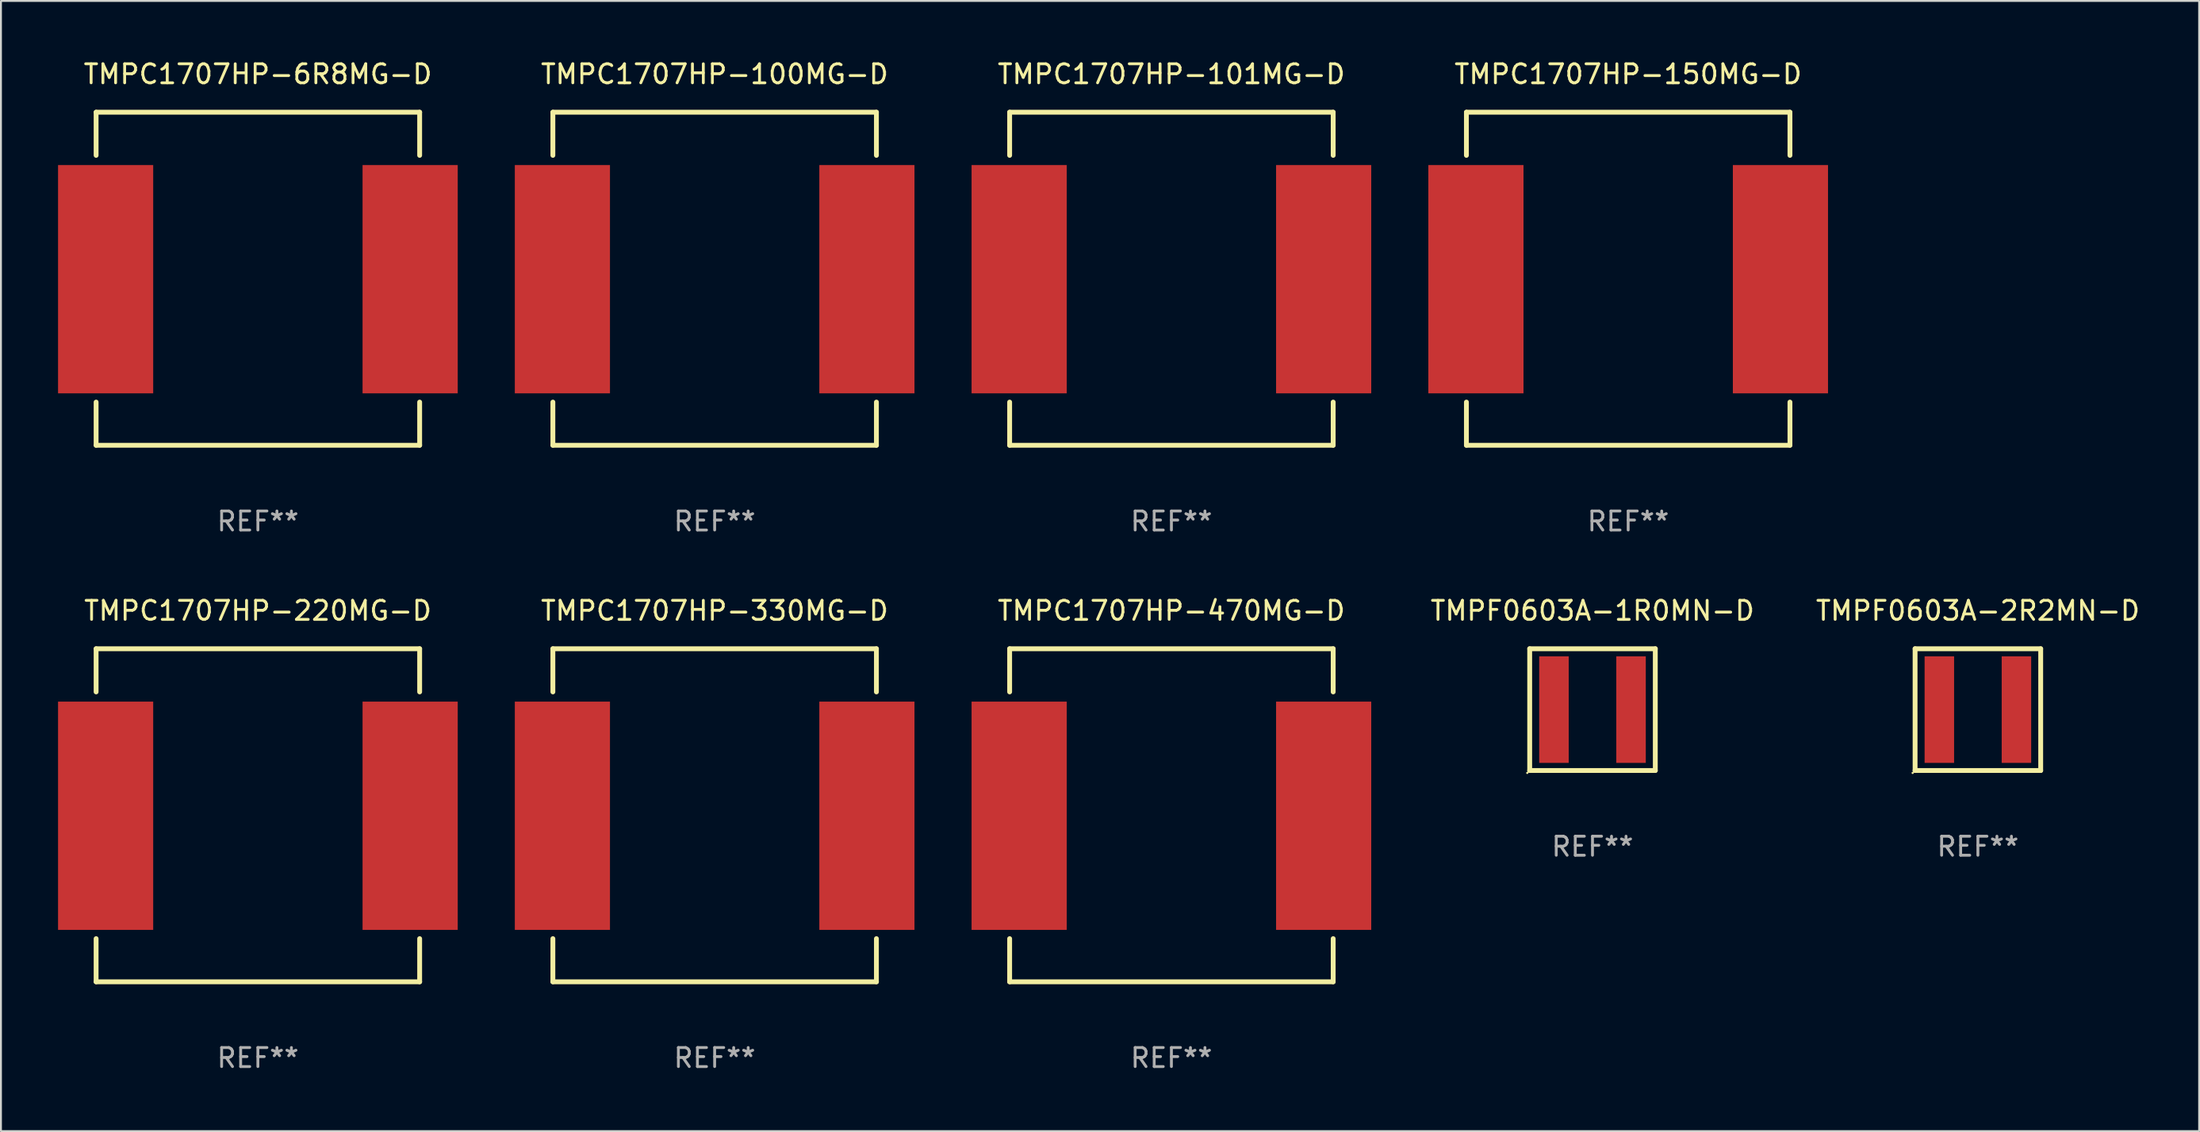
<source format=kicad_pcb>
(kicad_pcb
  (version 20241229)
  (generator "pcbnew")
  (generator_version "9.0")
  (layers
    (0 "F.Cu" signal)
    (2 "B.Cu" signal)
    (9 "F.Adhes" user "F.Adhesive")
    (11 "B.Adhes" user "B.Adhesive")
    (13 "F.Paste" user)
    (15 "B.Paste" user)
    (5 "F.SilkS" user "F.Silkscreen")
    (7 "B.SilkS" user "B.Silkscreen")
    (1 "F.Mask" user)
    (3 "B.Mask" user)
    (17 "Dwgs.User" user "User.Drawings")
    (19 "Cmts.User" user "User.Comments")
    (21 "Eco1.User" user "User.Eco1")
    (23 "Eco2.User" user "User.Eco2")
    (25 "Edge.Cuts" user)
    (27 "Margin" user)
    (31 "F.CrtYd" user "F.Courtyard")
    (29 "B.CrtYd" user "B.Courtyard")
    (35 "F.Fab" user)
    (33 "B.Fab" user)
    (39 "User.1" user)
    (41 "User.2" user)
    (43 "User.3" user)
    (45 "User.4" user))
  (footprint "TMPC1707HP-100MG-D"
    (layer "F.Cu")
    (at 34.5 11.602)
    (property "Reference" "TMPC1707HP-100MG-D" (at 0 -10.754 0) (layer "F.SilkS") (effects (font (size 1 1) (thickness 0.15))))
    (attr through_hole)
    (fp_line (start -8.5 -8.754) (end -8.5 -6.485) (stroke (width 0.254) (type solid)) (layer "F.SilkS"))
    (fp_line (start -8.5 -8.754) (end 8.5 -8.754) (stroke (width 0.254) (type solid)) (layer "F.SilkS"))
    (fp_line (start -8.5 6.485) (end -8.5 8.754) (stroke (width 0.254) (type solid)) (layer "F.SilkS"))
    (fp_line (start 8.5 -8.754) (end 8.5 -6.485) (stroke (width 0.254) (type solid)) (layer "F.SilkS"))
    (fp_line (start 8.5 6.485) (end 8.5 8.754) (stroke (width 0.254) (type solid)) (layer "F.SilkS"))
    (fp_line (start 8.5 8.754) (end -8.5 8.754) (stroke (width 0.254) (type solid)) (layer "F.SilkS"))
    (fp_circle (center -8.5 8.775) (end -8.47 8.775) (stroke (width 0.06) (type solid)) (fill no) (layer "F.SilkS"))
    (fp_text user "REF**" (at 0 12.754 0) (layer "F.Fab") (effects (font (size 1 1) (thickness 0.15))))
    (pad "1" smd rect (at -8 0.025 90) (size 12 5) (layers "F.Cu" "F.Mask" "F.Paste"))
    (pad "2" smd rect (at 8 0.025 90) (size 12 5) (layers "F.Cu" "F.Mask" "F.Paste")))
  (footprint "TMPC1707HP-150MG-D"
    (layer "F.Cu")
    (at 82.5 11.602)
    (property "Reference" "TMPC1707HP-150MG-D" (at 0 -10.754 0) (layer "F.SilkS") (effects (font (size 1 1) (thickness 0.15))))
    (attr through_hole)
    (fp_line (start -8.5 -8.754) (end -8.5 -6.485) (stroke (width 0.254) (type solid)) (layer "F.SilkS"))
    (fp_line (start -8.5 -8.754) (end 8.5 -8.754) (stroke (width 0.254) (type solid)) (layer "F.SilkS"))
    (fp_line (start -8.5 6.485) (end -8.5 8.754) (stroke (width 0.254) (type solid)) (layer "F.SilkS"))
    (fp_line (start 8.5 -8.754) (end 8.5 -6.485) (stroke (width 0.254) (type solid)) (layer "F.SilkS"))
    (fp_line (start 8.5 6.485) (end 8.5 8.754) (stroke (width 0.254) (type solid)) (layer "F.SilkS"))
    (fp_line (start 8.5 8.754) (end -8.5 8.754) (stroke (width 0.254) (type solid)) (layer "F.SilkS"))
    (fp_circle (center -8.5 8.775) (end -8.47 8.775) (stroke (width 0.06) (type solid)) (fill no) (layer "F.SilkS"))
    (fp_text user "REF**" (at 0 12.754 0) (layer "F.Fab") (effects (font (size 1 1) (thickness 0.15))))
    (pad "1" smd rect (at -8 0.025 90) (size 12 5) (layers "F.Cu" "F.Mask" "F.Paste"))
    (pad "2" smd rect (at 8 0.025 90) (size 12 5) (layers "F.Cu" "F.Mask" "F.Paste")))
  (footprint "TMPF0603A-2R2MN-D"
    (layer "F.Cu")
    (at 100.875 34.253)
    (property "Reference" "TMPF0603A-2R2MN-D" (at 0 -5.2 0) (layer "F.SilkS") (effects (font (size 1 1) (thickness 0.15))))
    (attr through_hole)
    (fp_line (start -3.3 -3.2) (end 3.3 -3.2) (stroke (width 0.254) (type solid)) (layer "F.SilkS"))
    (fp_line (start -3.3 3.2) (end -3.3 -3.2) (stroke (width 0.254) (type solid)) (layer "F.SilkS"))
    (fp_line (start 3.3 -3.2) (end 3.3 3.2) (stroke (width 0.254) (type solid)) (layer "F.SilkS"))
    (fp_line (start 3.3 3.2) (end -3.3 3.2) (stroke (width 0.254) (type solid)) (layer "F.SilkS"))
    (fp_circle (center -3.427 3.327) (end -3.397 3.327) (stroke (width 0.06) (type solid)) (fill no) (layer "F.SilkS"))
    (fp_text user "REF**" (at 0 7.2 0) (layer "F.Fab") (effects (font (size 1 1) (thickness 0.15))))
    (pad "1" smd rect (at -2.025 0) (size 1.55 5.6) (layers "F.Cu" "F.Mask" "F.Paste"))
    (pad "2" smd rect (at 2.025 0) (size 1.55 5.6) (layers "F.Cu" "F.Mask" "F.Paste")))
  (footprint "TMPC1707HP-470MG-D"
    (layer "F.Cu")
    (at 58.5 39.807)
    (property "Reference" "TMPC1707HP-470MG-D" (at 0 -10.754 0) (layer "F.SilkS") (effects (font (size 1 1) (thickness 0.15))))
    (attr through_hole)
    (fp_line (start -8.5 -8.754) (end -8.5 -6.485) (stroke (width 0.254) (type solid)) (layer "F.SilkS"))
    (fp_line (start -8.5 -8.754) (end 8.5 -8.754) (stroke (width 0.254) (type solid)) (layer "F.SilkS"))
    (fp_line (start -8.5 6.485) (end -8.5 8.754) (stroke (width 0.254) (type solid)) (layer "F.SilkS"))
    (fp_line (start 8.5 -8.754) (end 8.5 -6.485) (stroke (width 0.254) (type solid)) (layer "F.SilkS"))
    (fp_line (start 8.5 6.485) (end 8.5 8.754) (stroke (width 0.254) (type solid)) (layer "F.SilkS"))
    (fp_line (start 8.5 8.754) (end -8.5 8.754) (stroke (width 0.254) (type solid)) (layer "F.SilkS"))
    (fp_circle (center -8.5 8.775) (end -8.47 8.775) (stroke (width 0.06) (type solid)) (fill no) (layer "F.SilkS"))
    (fp_text user "REF**" (at 0 12.754 0) (layer "F.Fab") (effects (font (size 1 1) (thickness 0.15))))
    (pad "1" smd rect (at -8 0.025 90) (size 12 5) (layers "F.Cu" "F.Mask" "F.Paste"))
    (pad "2" smd rect (at 8 0.025 90) (size 12 5) (layers "F.Cu" "F.Mask" "F.Paste")))
  (footprint "TMPC1707HP-101MG-D"
    (layer "F.Cu")
    (at 58.5 11.602)
    (property "Reference" "TMPC1707HP-101MG-D" (at 0 -10.754 0) (layer "F.SilkS") (effects (font (size 1 1) (thickness 0.15))))
    (attr through_hole)
    (fp_line (start -8.5 -8.754) (end -8.5 -6.485) (stroke (width 0.254) (type solid)) (layer "F.SilkS"))
    (fp_line (start -8.5 -8.754) (end 8.5 -8.754) (stroke (width 0.254) (type solid)) (layer "F.SilkS"))
    (fp_line (start -8.5 6.485) (end -8.5 8.754) (stroke (width 0.254) (type solid)) (layer "F.SilkS"))
    (fp_line (start 8.5 -8.754) (end 8.5 -6.485) (stroke (width 0.254) (type solid)) (layer "F.SilkS"))
    (fp_line (start 8.5 6.485) (end 8.5 8.754) (stroke (width 0.254) (type solid)) (layer "F.SilkS"))
    (fp_line (start 8.5 8.754) (end -8.5 8.754) (stroke (width 0.254) (type solid)) (layer "F.SilkS"))
    (fp_circle (center -8.5 8.775) (end -8.47 8.775) (stroke (width 0.06) (type solid)) (fill no) (layer "F.SilkS"))
    (fp_text user "REF**" (at 0 12.754 0) (layer "F.Fab") (effects (font (size 1 1) (thickness 0.15))))
    (pad "1" smd rect (at -8 0.025 90) (size 12 5) (layers "F.Cu" "F.Mask" "F.Paste"))
    (pad "2" smd rect (at 8 0.025 90) (size 12 5) (layers "F.Cu" "F.Mask" "F.Paste")))
  (footprint "TMPC1707HP-220MG-D"
    (layer "F.Cu")
    (at 10.5 39.807)
    (property "Reference" "TMPC1707HP-220MG-D" (at 0 -10.754 0) (layer "F.SilkS") (effects (font (size 1 1) (thickness 0.15))))
    (attr through_hole)
    (fp_line (start -8.5 -8.754) (end -8.5 -6.485) (stroke (width 0.254) (type solid)) (layer "F.SilkS"))
    (fp_line (start -8.5 -8.754) (end 8.5 -8.754) (stroke (width 0.254) (type solid)) (layer "F.SilkS"))
    (fp_line (start -8.5 6.485) (end -8.5 8.754) (stroke (width 0.254) (type solid)) (layer "F.SilkS"))
    (fp_line (start 8.5 -8.754) (end 8.5 -6.485) (stroke (width 0.254) (type solid)) (layer "F.SilkS"))
    (fp_line (start 8.5 6.485) (end 8.5 8.754) (stroke (width 0.254) (type solid)) (layer "F.SilkS"))
    (fp_line (start 8.5 8.754) (end -8.5 8.754) (stroke (width 0.254) (type solid)) (layer "F.SilkS"))
    (fp_circle (center -8.5 8.775) (end -8.47 8.775) (stroke (width 0.06) (type solid)) (fill no) (layer "F.SilkS"))
    (fp_text user "REF**" (at 0 12.754 0) (layer "F.Fab") (effects (font (size 1 1) (thickness 0.15))))
    (pad "1" smd rect (at -8 0.025 90) (size 12 5) (layers "F.Cu" "F.Mask" "F.Paste"))
    (pad "2" smd rect (at 8 0.025 90) (size 12 5) (layers "F.Cu" "F.Mask" "F.Paste")))
  (footprint "TMPF0603A-1R0MN-D"
    (layer "F.Cu")
    (at 80.625 34.253)
    (property "Reference" "TMPF0603A-1R0MN-D" (at 0 -5.2 0) (layer "F.SilkS") (effects (font (size 1 1) (thickness 0.15))))
    (attr through_hole)
    (fp_line (start -3.3 -3.2) (end 3.3 -3.2) (stroke (width 0.254) (type solid)) (layer "F.SilkS"))
    (fp_line (start -3.3 3.2) (end -3.3 -3.2) (stroke (width 0.254) (type solid)) (layer "F.SilkS"))
    (fp_line (start 3.3 -3.2) (end 3.3 3.2) (stroke (width 0.254) (type solid)) (layer "F.SilkS"))
    (fp_line (start 3.3 3.2) (end -3.3 3.2) (stroke (width 0.254) (type solid)) (layer "F.SilkS"))
    (fp_circle (center -3.427 3.327) (end -3.397 3.327) (stroke (width 0.06) (type solid)) (fill no) (layer "F.SilkS"))
    (fp_text user "REF**" (at 0 7.2 0) (layer "F.Fab") (effects (font (size 1 1) (thickness 0.15))))
    (pad "1" smd rect (at -2.025 0) (size 1.55 5.6) (layers "F.Cu" "F.Mask" "F.Paste"))
    (pad "2" smd rect (at 2.025 0) (size 1.55 5.6) (layers "F.Cu" "F.Mask" "F.Paste")))
  (footprint "TMPC1707HP-6R8MG-D"
    (layer "F.Cu")
    (at 10.5 11.602)
    (property "Reference" "TMPC1707HP-6R8MG-D" (at 0 -10.754 0) (layer "F.SilkS") (effects (font (size 1 1) (thickness 0.15))))
    (attr through_hole)
    (fp_line (start -8.5 -8.754) (end -8.5 -6.485) (stroke (width 0.254) (type solid)) (layer "F.SilkS"))
    (fp_line (start -8.5 -8.754) (end 8.5 -8.754) (stroke (width 0.254) (type solid)) (layer "F.SilkS"))
    (fp_line (start -8.5 6.485) (end -8.5 8.754) (stroke (width 0.254) (type solid)) (layer "F.SilkS"))
    (fp_line (start 8.5 -8.754) (end 8.5 -6.485) (stroke (width 0.254) (type solid)) (layer "F.SilkS"))
    (fp_line (start 8.5 6.485) (end 8.5 8.754) (stroke (width 0.254) (type solid)) (layer "F.SilkS"))
    (fp_line (start 8.5 8.754) (end -8.5 8.754) (stroke (width 0.254) (type solid)) (layer "F.SilkS"))
    (fp_circle (center -8.5 8.775) (end -8.47 8.775) (stroke (width 0.06) (type solid)) (fill no) (layer "F.SilkS"))
    (fp_text user "REF**" (at 0 12.754 0) (layer "F.Fab") (effects (font (size 1 1) (thickness 0.15))))
    (pad "1" smd rect (at -8 0.025 90) (size 12 5) (layers "F.Cu" "F.Mask" "F.Paste"))
    (pad "2" smd rect (at 8 0.025 90) (size 12 5) (layers "F.Cu" "F.Mask" "F.Paste")))
  (footprint "TMPC1707HP-330MG-D"
    (layer "F.Cu")
    (at 34.5 39.807)
    (property "Reference" "TMPC1707HP-330MG-D" (at 0 -10.754 0) (layer "F.SilkS") (effects (font (size 1 1) (thickness 0.15))))
    (attr through_hole)
    (fp_line (start -8.5 -8.754) (end -8.5 -6.485) (stroke (width 0.254) (type solid)) (layer "F.SilkS"))
    (fp_line (start -8.5 -8.754) (end 8.5 -8.754) (stroke (width 0.254) (type solid)) (layer "F.SilkS"))
    (fp_line (start -8.5 6.485) (end -8.5 8.754) (stroke (width 0.254) (type solid)) (layer "F.SilkS"))
    (fp_line (start 8.5 -8.754) (end 8.5 -6.485) (stroke (width 0.254) (type solid)) (layer "F.SilkS"))
    (fp_line (start 8.5 6.485) (end 8.5 8.754) (stroke (width 0.254) (type solid)) (layer "F.SilkS"))
    (fp_line (start 8.5 8.754) (end -8.5 8.754) (stroke (width 0.254) (type solid)) (layer "F.SilkS"))
    (fp_circle (center -8.5 8.775) (end -8.47 8.775) (stroke (width 0.06) (type solid)) (fill no) (layer "F.SilkS"))
    (fp_text user "REF**" (at 0 12.754 0) (layer "F.Fab") (effects (font (size 1 1) (thickness 0.15))))
    (pad "1" smd rect (at -8 0.025 90) (size 12 5) (layers "F.Cu" "F.Mask" "F.Paste"))
    (pad "2" smd rect (at 8 0.025 90) (size 12 5) (layers "F.Cu" "F.Mask" "F.Paste")))
  (gr_rect
    (start -3 -3)
    (end 112.5 56.409)
    (stroke (width 0.1) (type default))
    (fill no)
    (layer "Edge.Cuts")))
</source>
